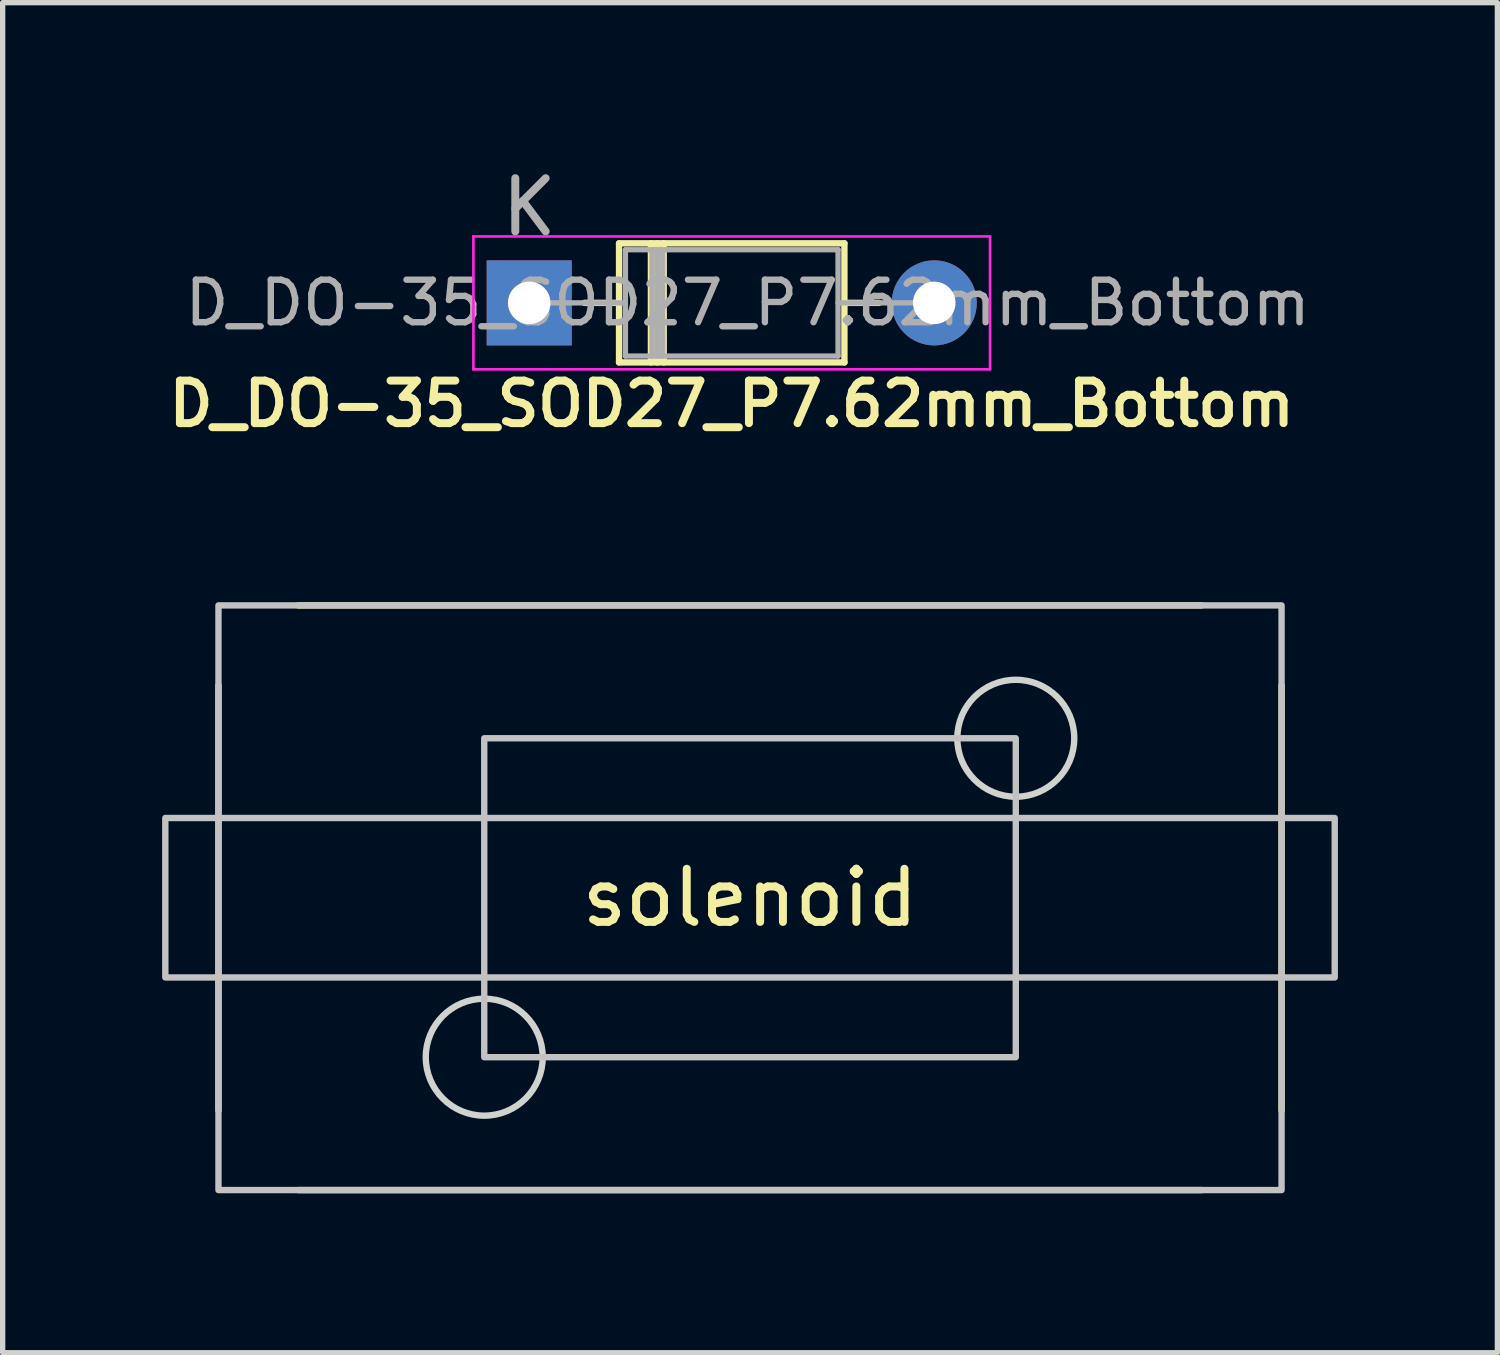
<source format=kicad_pcb>
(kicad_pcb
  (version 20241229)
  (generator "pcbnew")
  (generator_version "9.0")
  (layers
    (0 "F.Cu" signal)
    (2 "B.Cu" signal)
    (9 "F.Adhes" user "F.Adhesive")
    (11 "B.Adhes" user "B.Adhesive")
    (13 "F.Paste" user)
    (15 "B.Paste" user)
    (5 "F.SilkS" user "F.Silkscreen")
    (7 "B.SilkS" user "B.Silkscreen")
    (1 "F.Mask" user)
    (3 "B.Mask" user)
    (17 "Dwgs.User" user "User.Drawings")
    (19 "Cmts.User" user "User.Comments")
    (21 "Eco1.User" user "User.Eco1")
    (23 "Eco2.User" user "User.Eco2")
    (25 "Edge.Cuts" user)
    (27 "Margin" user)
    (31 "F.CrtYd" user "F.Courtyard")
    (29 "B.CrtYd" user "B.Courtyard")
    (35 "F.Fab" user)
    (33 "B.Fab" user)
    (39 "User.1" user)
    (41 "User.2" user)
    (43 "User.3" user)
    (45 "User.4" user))
  (footprint "solenoid"
    (layer "F.Cu")
    (at 11.06 13.839)
    (property "Reference" "solenoid" (at 0 0 0) (unlocked yes) (layer "F.SilkS") (effects (font (size 1 1) (thickness 0.15))))
    (fp_line (start -10 -4) (end -10 4) (stroke (width 0.12) (type solid)) (layer "F.SilkS"))
    (fp_line (start -8.5 -5.5) (end 8.5 -5.5) (stroke (width 0.12) (type solid)) (layer "F.SilkS"))
    (fp_line (start -8.5 5.5) (end 8.5 5.5) (stroke (width 0.12) (type solid)) (layer "F.SilkS"))
    (fp_line (start 10 -4) (end 10 4) (stroke (width 0.12) (type solid)) (layer "F.SilkS"))
    (fp_rect (start -11 -1.5) (end 11 1.5) (stroke (width 0.12) (type solid)) (fill no) (layer "Dwgs.User"))
    (fp_rect (start -10 -5.5) (end 10 5.5) (stroke (width 0.12) (type solid)) (fill no) (layer "Dwgs.User"))
    (fp_rect (start -5 -3) (end 5 3) (stroke (width 0.12) (type solid)) (fill no) (layer "Dwgs.User"))
    (fp_circle (center -5 3) (end -3.9 3) (stroke (width 0.12) (type solid)) (fill no) (layer "Edge.Cuts"))
    (fp_circle (center 5 -3) (end 6.1 -3) (stroke (width 0.12) (type solid)) (fill no) (layer "Edge.Cuts")))
  (footprint "D_DO-35_SOD27_P7.62mm_Bottom"
    (layer "F.Cu")
    (at 6.906 2.648)
    (property "Reference" "D_DO-35_SOD27_P7.62mm_Bottom" (at 3.81 1.9 0) (layer "F.SilkS") (effects (font (size 0.8 0.8) (thickness 0.15))))
    (attr through_hole)
    (fp_line (start 1.04 0) (end 1.69 0) (stroke (width 0.12) (type solid)) (layer "F.SilkS"))
    (fp_line (start 1.69 -1.12) (end 1.69 1.12) (stroke (width 0.12) (type solid)) (layer "F.SilkS"))
    (fp_line (start 1.69 1.12) (end 5.93 1.12) (stroke (width 0.12) (type solid)) (layer "F.SilkS"))
    (fp_line (start 2.29 -1.12) (end 2.29 1.12) (stroke (width 0.12) (type solid)) (layer "F.SilkS"))
    (fp_line (start 2.41 -1.12) (end 2.41 1.12) (stroke (width 0.12) (type solid)) (layer "F.SilkS"))
    (fp_line (start 2.53 -1.12) (end 2.53 1.12) (stroke (width 0.12) (type solid)) (layer "F.SilkS"))
    (fp_line (start 5.93 -1.12) (end 1.69 -1.12) (stroke (width 0.12) (type solid)) (layer "F.SilkS"))
    (fp_line (start 5.93 1.12) (end 5.93 -1.12) (stroke (width 0.12) (type solid)) (layer "F.SilkS"))
    (fp_line (start 6.58 0) (end 5.93 0) (stroke (width 0.12) (type solid)) (layer "F.SilkS"))
    (fp_line (start -1.05 -1.25) (end -1.05 1.25) (stroke (width 0.05) (type solid)) (layer "F.CrtYd"))
    (fp_line (start -1.05 1.25) (end 8.67 1.25) (stroke (width 0.05) (type solid)) (layer "F.CrtYd"))
    (fp_line (start 8.67 -1.25) (end -1.05 -1.25) (stroke (width 0.05) (type solid)) (layer "F.CrtYd"))
    (fp_line (start 8.67 1.25) (end 8.67 -1.25) (stroke (width 0.05) (type solid)) (layer "F.CrtYd"))
    (fp_line (start 0 0) (end 1.81 0) (stroke (width 0.1) (type solid)) (layer "F.Fab"))
    (fp_line (start 1.81 -1) (end 1.81 1) (stroke (width 0.1) (type solid)) (layer "F.Fab"))
    (fp_line (start 1.81 1) (end 5.81 1) (stroke (width 0.1) (type solid)) (layer "F.Fab"))
    (fp_line (start 2.31 -1) (end 2.31 1) (stroke (width 0.1) (type solid)) (layer "F.Fab"))
    (fp_line (start 2.41 -1) (end 2.41 1) (stroke (width 0.1) (type solid)) (layer "F.Fab"))
    (fp_line (start 2.51 -1) (end 2.51 1) (stroke (width 0.1) (type solid)) (layer "F.Fab"))
    (fp_line (start 5.81 -1) (end 1.81 -1) (stroke (width 0.1) (type solid)) (layer "F.Fab"))
    (fp_line (start 5.81 1) (end 5.81 -1) (stroke (width 0.1) (type solid)) (layer "F.Fab"))
    (fp_line (start 7.62 0) (end 5.81 0) (stroke (width 0.1) (type solid)) (layer "F.Fab"))
    (fp_text user "${REFERENCE}" (at 4.11 0 180) (layer "F.Fab") (effects (font (size 0.8 0.8) (thickness 0.12))))
    (fp_text user "K" (at 0 -1.8 180) (layer "F.Fab") (effects (font (size 1 1) (thickness 0.15))))
    (pad "1" thru_hole rect (at 0 0) (size 1.6 1.6) (drill 0.8) (layers "*.Cu" "*.Mask"))
    (pad "2" thru_hole oval (at 7.62 0) (size 1.6 1.6) (drill 0.8) (layers "*.Cu" "*.Mask")))
  (gr_rect
    (start -3 -3)
    (end 25.12 22.399)
    (stroke (width 0.1) (type default))
    (fill no)
    (layer "Edge.Cuts")))
</source>
